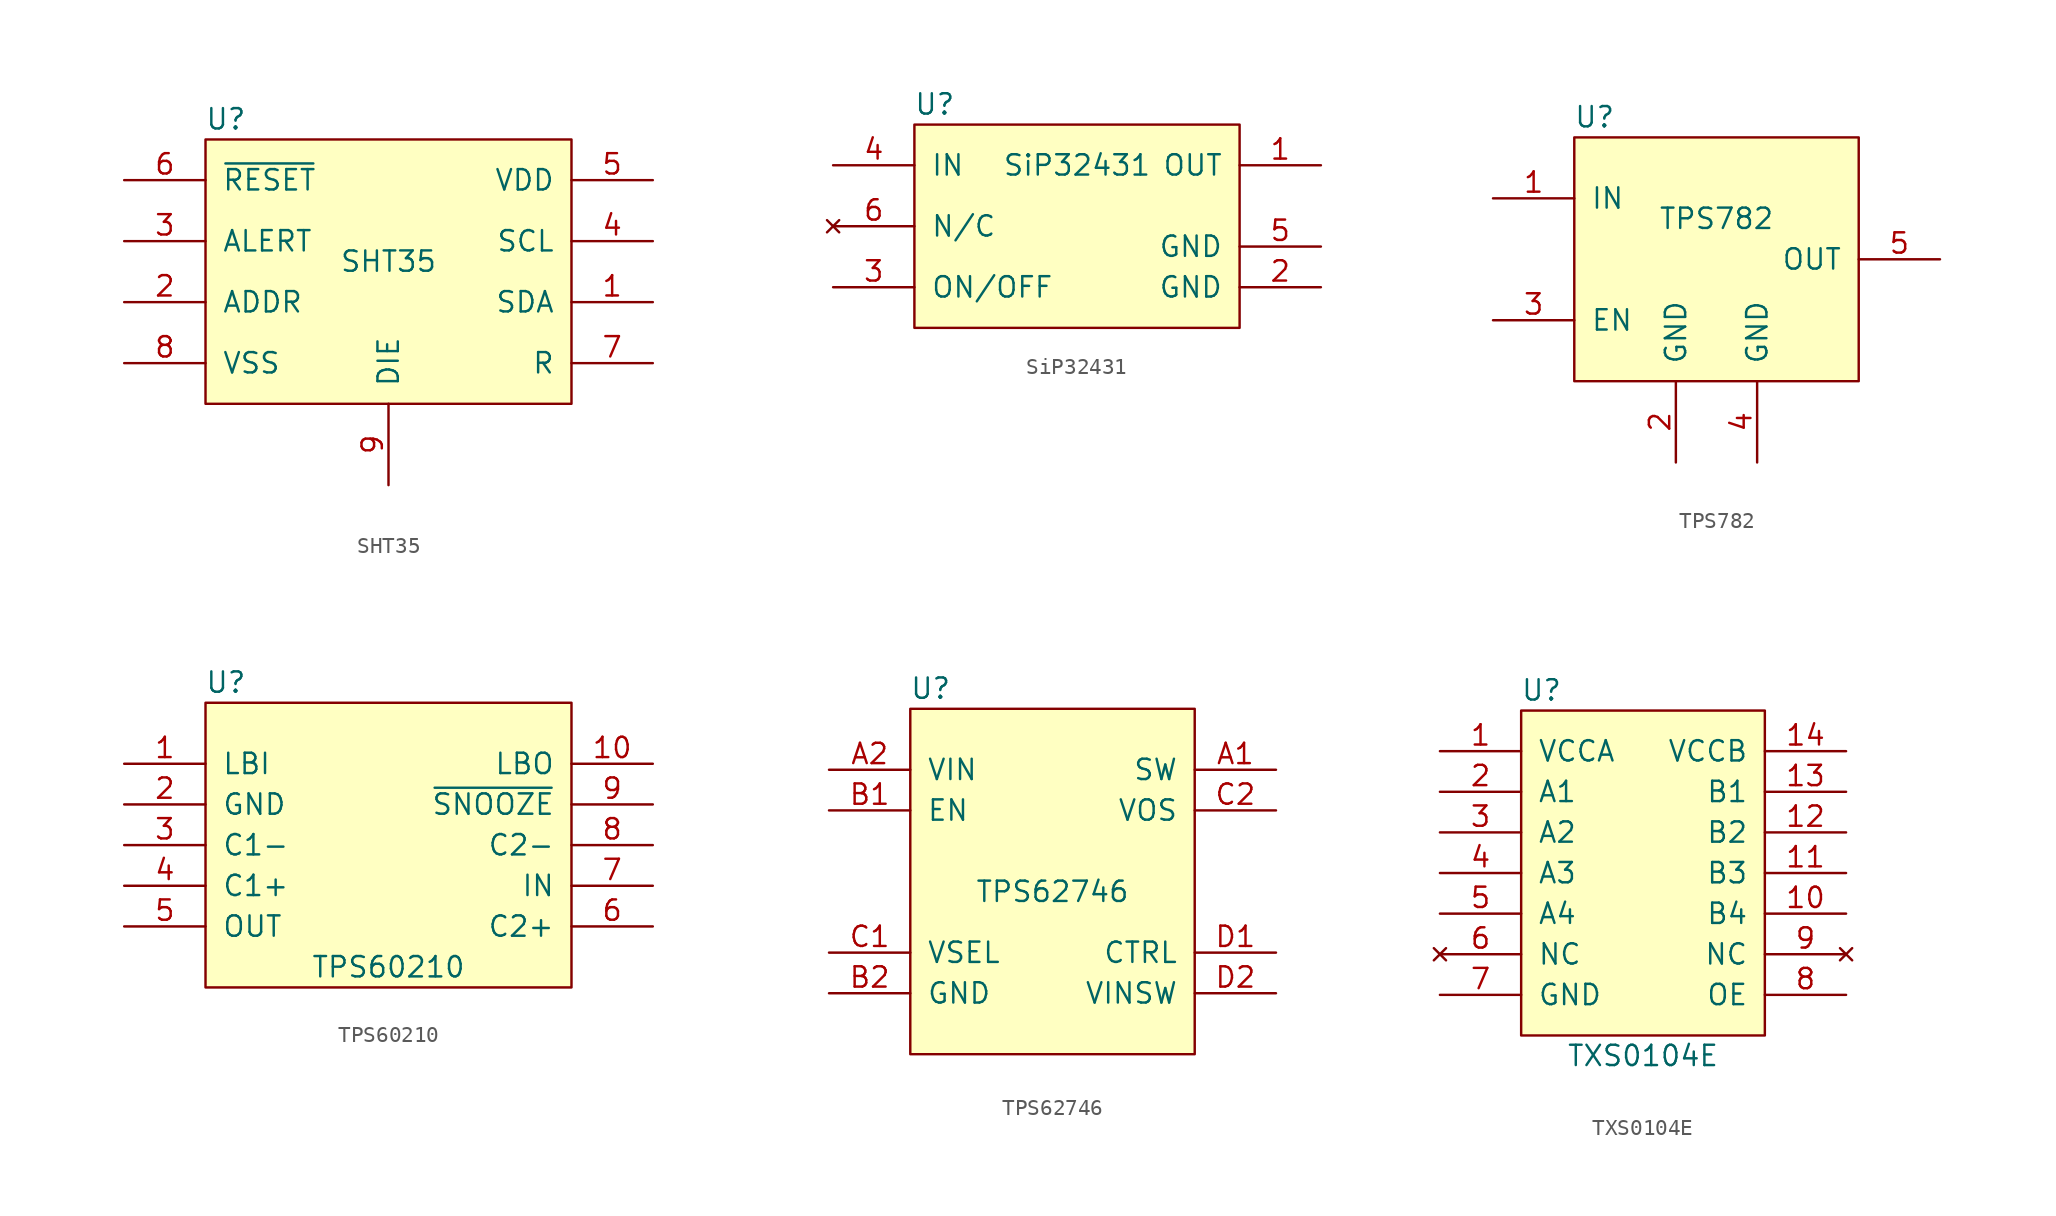
<source format=kicad_sym>
(kicad_symbol_lib
  (version 20211014)
  (generator kicad_symbol_editor)
  (symbol "SHT35"
    (pin_names
      (offset 1.016))
    (property "Reference" "U"
      (at -10.16 8.89 0)
      (effects (font (size 1.27 1.27))))
    (property "Value" "SHT35"
      (at 0 0 0)
      (effects (font (size 1.27 1.27))))
    (symbol "SHT35_0_1"
      (rectangle (start -11.43 7.62) (end 11.43 -8.89) (stroke (width 0) (type default) (color 0 0 0 0)) (fill (type background))))
    (symbol "SHT35_1_1"
      (pin bidirectional line (at 16.51 -2.54 180) (length 5.08) (name "SDA" (effects (font (size 1.27 1.27)))) (number "1" (effects (font (size 1.27 1.27)))))
      (pin input line (at -16.51 -2.54 0) (length 5.08) (name "ADDR" (effects (font (size 1.27 1.27)))) (number "2" (effects (font (size 1.27 1.27)))))
      (pin output line (at -16.51 1.27 0) (length 5.08) (name "ALERT" (effects (font (size 1.27 1.27)))) (number "3" (effects (font (size 1.27 1.27)))))
      (pin bidirectional line (at 16.51 1.27 180) (length 5.08) (name "SCL" (effects (font (size 1.27 1.27)))) (number "4" (effects (font (size 1.27 1.27)))))
      (pin power_in line (at 16.51 5.08 180) (length 5.08) (name "VDD" (effects (font (size 1.27 1.27)))) (number "5" (effects (font (size 1.27 1.27)))))
      (pin input line (at -16.51 5.08 0) (length 5.08) (name "~{RESET}" (effects (font (size 1.27 1.27)))) (number "6" (effects (font (size 1.27 1.27)))))
      (pin passive line (at 16.51 -6.35 180) (length 5.08) (name "R" (effects (font (size 1.27 1.27)))) (number "7" (effects (font (size 1.27 1.27)))))
      (pin power_in line (at -16.51 -6.35 0) (length 5.08) (name "VSS" (effects (font (size 1.27 1.27)))) (number "8" (effects (font (size 1.27 1.27)))))
      (pin passive line (at 0 -13.97 90) (length 5.08) (name "DIE" (effects (font (size 1.27 1.27)))) (number "9" (effects (font (size 1.27 1.27)))))))
  (symbol "SiP32431"
    (pin_names
      (offset 1.016))
    (property "Reference" "U"
      (at -8.89 7.62 0)
      (effects (font (size 1.27 1.27))))
    (property "Value" "SiP32431"
      (at 0 3.81 0)
      (effects (font (size 1.27 1.27))))
    (symbol "SiP32431_0_1"
      (rectangle (start -10.16 6.35) (end 10.16 -6.35) (stroke (width 0) (type default) (color 0 0 0 0)) (fill (type background))))
    (symbol "SiP32431_1_1"
      (pin power_out line (at 15.24 3.81 180) (length 5.08) (name "OUT" (effects (font (size 1.27 1.27)))) (number "1" (effects (font (size 1.27 1.27)))))
      (pin power_in line (at 15.24 -3.81 180) (length 5.08) (name "GND" (effects (font (size 1.27 1.27)))) (number "2" (effects (font (size 1.27 1.27)))))
      (pin input line (at -15.24 -3.81 0) (length 5.08) (name "ON/OFF" (effects (font (size 1.27 1.27)))) (number "3" (effects (font (size 1.27 1.27)))))
      (pin power_in line (at -15.24 3.81 0) (length 5.08) (name "IN" (effects (font (size 1.27 1.27)))) (number "4" (effects (font (size 1.27 1.27)))))
      (pin power_in line (at 15.24 -1.27 180) (length 5.08) (name "GND" (effects (font (size 1.27 1.27)))) (number "5" (effects (font (size 1.27 1.27)))))
      (pin no_connect line (at -15.24 0 0) (length 5.08) (name "N/C" (effects (font (size 1.27 1.27)))) (number "6" (effects (font (size 1.27 1.27)))))))
  (symbol "TPS782"
    (pin_names
      (offset 1.016))
    (property "Reference" "U"
      (at -7.62 8.89 0)
      (effects (font (size 1.27 1.27))))
    (property "Value" "TPS782"
      (at 0 2.54 0)
      (effects (font (size 1.27 1.27))))
    (symbol "TPS782_0_1"
      (rectangle (start -8.89 7.62) (end 8.89 -7.62) (stroke (width 0) (type default) (color 0 0 0 0)) (fill (type background))))
    (symbol "TPS782_1_1"
      (pin power_in line (at -13.97 3.81 0) (length 5.08) (name "IN" (effects (font (size 1.27 1.27)))) (number "1" (effects (font (size 1.27 1.27)))))
      (pin power_in line (at -2.54 -12.7 90) (length 5.08) (name "GND" (effects (font (size 1.27 1.27)))) (number "2" (effects (font (size 1.27 1.27)))))
      (pin input line (at -13.97 -3.81 0) (length 5.08) (name "EN" (effects (font (size 1.27 1.27)))) (number "3" (effects (font (size 1.27 1.27)))))
      (pin power_in line (at 2.54 -12.7 90) (length 5.08) (name "GND" (effects (font (size 1.27 1.27)))) (number "4" (effects (font (size 1.27 1.27)))))
      (pin power_out line (at 13.97 0 180) (length 5.08) (name "OUT" (effects (font (size 1.27 1.27)))) (number "5" (effects (font (size 1.27 1.27)))))))
  (symbol "TPS60210"
    (pin_names
      (offset 1.016))
    (property "Reference" "U"
      (at -10.16 10.16 0)
      (effects (font (size 1.27 1.27))))
    (property "Value" "TPS60210"
      (at 0 -7.62 0)
      (effects (font (size 1.27 1.27))))
    (symbol "TPS60210_0_1"
      (rectangle (start -11.43 8.89) (end 11.43 -8.89) (stroke (width 0) (type default) (color 0 0 0 0)) (fill (type background))))
    (symbol "TPS60210_1_1"
      (pin input line (at -16.51 5.08 0) (length 5.08) (name "LBI" (effects (font (size 1.27 1.27)))) (number "1" (effects (font (size 1.27 1.27)))))
      (pin open_collector line (at 16.51 5.08 180) (length 5.08) (name "LBO" (effects (font (size 1.27 1.27)))) (number "10" (effects (font (size 1.27 1.27)))))
      (pin power_in line (at -16.51 2.54 0) (length 5.08) (name "GND" (effects (font (size 1.27 1.27)))) (number "2" (effects (font (size 1.27 1.27)))))
      (pin passive line (at -16.51 0 0) (length 5.08) (name "C1-" (effects (font (size 1.27 1.27)))) (number "3" (effects (font (size 1.27 1.27)))))
      (pin passive line (at -16.51 -2.54 0) (length 5.08) (name "C1+" (effects (font (size 1.27 1.27)))) (number "4" (effects (font (size 1.27 1.27)))))
      (pin power_out line (at -16.51 -5.08 0) (length 5.08) (name "OUT" (effects (font (size 1.27 1.27)))) (number "5" (effects (font (size 1.27 1.27)))))
      (pin passive line (at 16.51 -5.08 180) (length 5.08) (name "C2+" (effects (font (size 1.27 1.27)))) (number "6" (effects (font (size 1.27 1.27)))))
      (pin power_in line (at 16.51 -2.54 180) (length 5.08) (name "IN" (effects (font (size 1.27 1.27)))) (number "7" (effects (font (size 1.27 1.27)))))
      (pin passive line (at 16.51 0 180) (length 5.08) (name "C2-" (effects (font (size 1.27 1.27)))) (number "8" (effects (font (size 1.27 1.27)))))
      (pin input line (at 16.51 2.54 180) (length 5.08) (name "~{SNOOZE}" (effects (font (size 1.27 1.27)))) (number "9" (effects (font (size 1.27 1.27)))))))
  (symbol "TPS62746"
    (pin_names
      (offset 1.016))
    (property "Reference" "U"
      (at -7.62 11.43 0)
      (effects (font (size 1.27 1.27))))
    (property "Value" "TPS62746"
      (at 0 -1.27 0)
      (effects (font (size 1.27 1.27))))
    (symbol "TPS62746_0_1"
      (rectangle (start -8.89 10.16) (end 8.89 -11.43) (stroke (width 0) (type default) (color 0 0 0 0)) (fill (type background))))
    (symbol "TPS62746_1_1"
      (pin power_out line (at 13.97 6.35 180) (length 5.08) (name "SW" (effects (font (size 1.27 1.27)))) (number "A1" (effects (font (size 1.27 1.27)))))
      (pin power_in line (at -13.97 6.35 0) (length 5.08) (name "VIN" (effects (font (size 1.27 1.27)))) (number "A2" (effects (font (size 1.27 1.27)))))
      (pin input line (at -13.97 3.81 0) (length 5.08) (name "EN" (effects (font (size 1.27 1.27)))) (number "B1" (effects (font (size 1.27 1.27)))))
      (pin power_in line (at -13.97 -7.62 0) (length 5.08) (name "GND" (effects (font (size 1.27 1.27)))) (number "B2" (effects (font (size 1.27 1.27)))))
      (pin input line (at -13.97 -5.08 0) (length 5.08) (name "VSEL" (effects (font (size 1.27 1.27)))) (number "C1" (effects (font (size 1.27 1.27)))))
      (pin input line (at 13.97 3.81 180) (length 5.08) (name "VOS" (effects (font (size 1.27 1.27)))) (number "C2" (effects (font (size 1.27 1.27)))))
      (pin input line (at 13.97 -5.08 180) (length 5.08) (name "CTRL" (effects (font (size 1.27 1.27)))) (number "D1" (effects (font (size 1.27 1.27)))))
      (pin output line (at 13.97 -7.62 180) (length 5.08) (name "VINSW" (effects (font (size 1.27 1.27)))) (number "D2" (effects (font (size 1.27 1.27)))))))
  (symbol "TXS0104E"
    (pin_names
      (offset 1.016))
    (property "Reference" "U"
      (at -6.35 11.43 0)
      (effects (font (size 1.27 1.27))))
    (property "Value" "TXS0104E"
      (at 0 -11.43 0)
      (effects (font (size 1.27 1.27))))
    (symbol "TXS0104E_0_1"
      (rectangle (start -7.62 10.16) (end 7.62 -10.16) (stroke (width 0) (type default) (color 0 0 0 0)) (fill (type background))))
    (symbol "TXS0104E_1_1"
      (pin power_in line (at -12.7 7.62 0) (length 5.08) (name "VCCA" (effects (font (size 1.27 1.27)))) (number "1" (effects (font (size 1.27 1.27)))))
      (pin passive line (at 12.7 -2.54 180) (length 5.08) (name "B4" (effects (font (size 1.27 1.27)))) (number "10" (effects (font (size 1.27 1.27)))))
      (pin passive line (at 12.7 0 180) (length 5.08) (name "B3" (effects (font (size 1.27 1.27)))) (number "11" (effects (font (size 1.27 1.27)))))
      (pin passive line (at 12.7 2.54 180) (length 5.08) (name "B2" (effects (font (size 1.27 1.27)))) (number "12" (effects (font (size 1.27 1.27)))))
      (pin passive line (at 12.7 5.08 180) (length 5.08) (name "B1" (effects (font (size 1.27 1.27)))) (number "13" (effects (font (size 1.27 1.27)))))
      (pin power_in line (at 12.7 7.62 180) (length 5.08) (name "VCCB" (effects (font (size 1.27 1.27)))) (number "14" (effects (font (size 1.27 1.27)))))
      (pin passive line (at -12.7 5.08 0) (length 5.08) (name "A1" (effects (font (size 1.27 1.27)))) (number "2" (effects (font (size 1.27 1.27)))))
      (pin passive line (at -12.7 2.54 0) (length 5.08) (name "A2" (effects (font (size 1.27 1.27)))) (number "3" (effects (font (size 1.27 1.27)))))
      (pin passive line (at -12.7 0 0) (length 5.08) (name "A3" (effects (font (size 1.27 1.27)))) (number "4" (effects (font (size 1.27 1.27)))))
      (pin passive line (at -12.7 -2.54 0) (length 5.08) (name "A4" (effects (font (size 1.27 1.27)))) (number "5" (effects (font (size 1.27 1.27)))))
      (pin no_connect line (at -12.7 -5.08 0) (length 5.08) (name "NC" (effects (font (size 1.27 1.27)))) (number "6" (effects (font (size 1.27 1.27)))))
      (pin power_in line (at -12.7 -7.62 0) (length 5.08) (name "GND" (effects (font (size 1.27 1.27)))) (number "7" (effects (font (size 1.27 1.27)))))
      (pin input line (at 12.7 -7.62 180) (length 5.08) (name "OE" (effects (font (size 1.27 1.27)))) (number "8" (effects (font (size 1.27 1.27)))))
      (pin no_connect line (at 12.7 -5.08 180) (length 5.08) (name "NC" (effects (font (size 1.27 1.27)))) (number "9" (effects (font (size 1.27 1.27))))))))
</source>
